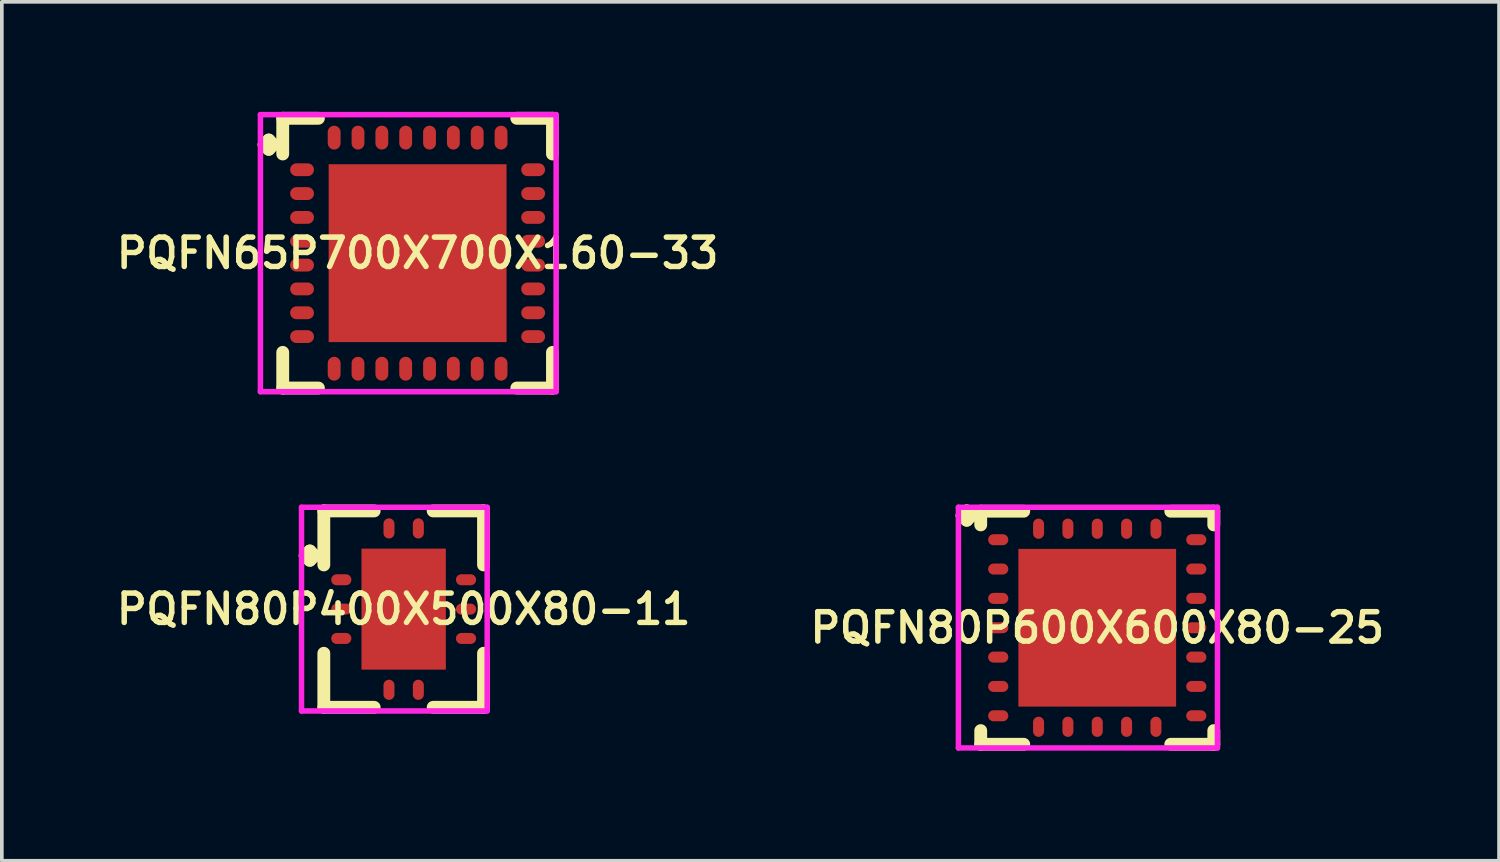
<source format=kicad_pcb>
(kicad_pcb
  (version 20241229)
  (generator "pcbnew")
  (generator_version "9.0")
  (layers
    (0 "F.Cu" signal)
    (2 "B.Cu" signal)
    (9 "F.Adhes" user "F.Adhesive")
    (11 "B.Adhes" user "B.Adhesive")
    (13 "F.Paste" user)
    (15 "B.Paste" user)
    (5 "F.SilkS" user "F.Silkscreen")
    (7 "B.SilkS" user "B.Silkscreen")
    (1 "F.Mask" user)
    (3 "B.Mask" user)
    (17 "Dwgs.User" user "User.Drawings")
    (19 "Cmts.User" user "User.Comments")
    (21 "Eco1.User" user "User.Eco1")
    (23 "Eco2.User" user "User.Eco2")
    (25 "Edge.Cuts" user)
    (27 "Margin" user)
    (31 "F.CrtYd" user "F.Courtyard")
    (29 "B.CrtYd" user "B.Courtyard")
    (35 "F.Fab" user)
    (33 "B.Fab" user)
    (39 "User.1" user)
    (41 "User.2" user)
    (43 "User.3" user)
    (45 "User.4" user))
  (footprint "PQFN65P700X700X160-33"
    (layer "F.Cu")
    (at 8.335 3.852)
    (property "Reference" "PQFN65P700X700X160-33" (at 0 0 0) (layer "F.SilkS") (effects (font (size 0.8 0.8) (thickness 0.15))))
    (attr smd)
    (fp_line (start -4.185 -2.958) (end -4.058 -3.085) (stroke (width 0.35) (type solid)) (layer "F.SilkS"))
    (fp_line (start -4.058 -3.085) (end -3.931 -2.958) (stroke (width 0.35) (type solid)) (layer "F.SilkS"))
    (fp_line (start -4.058 -2.831) (end -4.185 -2.958) (stroke (width 0.35) (type solid)) (layer "F.SilkS"))
    (fp_line (start -3.931 -2.958) (end -4.058 -2.831) (stroke (width 0.35) (type solid)) (layer "F.SilkS"))
    (fp_line (start -3.677 -3.677) (end -2.704 -3.677) (stroke (width 0.35) (type solid)) (layer "F.SilkS"))
    (fp_line (start -3.677 -2.704) (end -3.677 -3.677) (stroke (width 0.35) (type solid)) (layer "F.SilkS"))
    (fp_line (start -3.677 2.704) (end -3.677 3.677) (stroke (width 0.35) (type solid)) (layer "F.SilkS"))
    (fp_line (start -3.677 3.677) (end -2.704 3.677) (stroke (width 0.35) (type solid)) (layer "F.SilkS"))
    (fp_line (start 2.704 -3.677) (end 3.677 -3.677) (stroke (width 0.35) (type solid)) (layer "F.SilkS"))
    (fp_line (start 2.704 3.677) (end 3.677 3.677) (stroke (width 0.35) (type solid)) (layer "F.SilkS"))
    (fp_line (start 3.677 -3.677) (end 3.677 -2.704) (stroke (width 0.35) (type solid)) (layer "F.SilkS"))
    (fp_line (start 3.677 3.677) (end 3.677 2.704) (stroke (width 0.35) (type solid)) (layer "F.SilkS"))
    (fp_line (start -4.285 -3.777) (end 3.777 -3.777) (stroke (width 0.15) (type solid)) (layer "F.CrtYd"))
    (fp_line (start -4.285 3.777) (end -4.285 -3.777) (stroke (width 0.15) (type solid)) (layer "F.CrtYd"))
    (fp_line (start 3.777 -3.777) (end 3.777 3.777) (stroke (width 0.15) (type solid)) (layer "F.CrtYd"))
    (fp_line (start 3.777 3.777) (end -4.285 3.777) (stroke (width 0.15) (type solid)) (layer "F.CrtYd"))
    (pad "1" smd oval (at -3.15 -2.275) (size 0.65 0.35) (layers "F.Cu" "F.Mask" "F.Paste"))
    (pad "2" smd oval (at -3.15 -1.625) (size 0.65 0.35) (layers "F.Cu" "F.Mask" "F.Paste"))
    (pad "3" smd oval (at -3.15 -0.975) (size 0.65 0.35) (layers "F.Cu" "F.Mask" "F.Paste"))
    (pad "4" smd oval (at -3.15 -0.325) (size 0.65 0.35) (layers "F.Cu" "F.Mask" "F.Paste"))
    (pad "5" smd oval (at -3.15 0.325) (size 0.65 0.35) (layers "F.Cu" "F.Mask" "F.Paste"))
    (pad "6" smd oval (at -3.15 0.975) (size 0.65 0.35) (layers "F.Cu" "F.Mask" "F.Paste"))
    (pad "7" smd oval (at -3.15 1.625) (size 0.65 0.35) (layers "F.Cu" "F.Mask" "F.Paste"))
    (pad "8" smd oval (at -3.15 2.275) (size 0.65 0.35) (layers "F.Cu" "F.Mask" "F.Paste"))
    (pad "9" smd oval (at -2.275 3.15) (size 0.35 0.65) (layers "F.Cu" "F.Mask" "F.Paste"))
    (pad "10" smd oval (at -1.625 3.15) (size 0.35 0.65) (layers "F.Cu" "F.Mask" "F.Paste"))
    (pad "11" smd oval (at -0.975 3.15) (size 0.35 0.65) (layers "F.Cu" "F.Mask" "F.Paste"))
    (pad "12" smd oval (at -0.325 3.15) (size 0.35 0.65) (layers "F.Cu" "F.Mask" "F.Paste"))
    (pad "13" smd oval (at 0.325 3.15) (size 0.35 0.65) (layers "F.Cu" "F.Mask" "F.Paste"))
    (pad "14" smd oval (at 0.975 3.15) (size 0.35 0.65) (layers "F.Cu" "F.Mask" "F.Paste"))
    (pad "15" smd oval (at 1.625 3.15) (size 0.35 0.65) (layers "F.Cu" "F.Mask" "F.Paste"))
    (pad "16" smd oval (at 2.275 3.15) (size 0.35 0.65) (layers "F.Cu" "F.Mask" "F.Paste"))
    (pad "17" smd oval (at 3.15 2.275) (size 0.65 0.35) (layers "F.Cu" "F.Mask" "F.Paste"))
    (pad "18" smd oval (at 3.15 1.625) (size 0.65 0.35) (layers "F.Cu" "F.Mask" "F.Paste"))
    (pad "19" smd oval (at 3.15 0.975) (size 0.65 0.35) (layers "F.Cu" "F.Mask" "F.Paste"))
    (pad "20" smd oval (at 3.15 0.325) (size 0.65 0.35) (layers "F.Cu" "F.Mask" "F.Paste"))
    (pad "21" smd oval (at 3.15 -0.325) (size 0.65 0.35) (layers "F.Cu" "F.Mask" "F.Paste"))
    (pad "22" smd oval (at 3.15 -0.975) (size 0.65 0.35) (layers "F.Cu" "F.Mask" "F.Paste"))
    (pad "23" smd oval (at 3.15 -1.625) (size 0.65 0.35) (layers "F.Cu" "F.Mask" "F.Paste"))
    (pad "24" smd oval (at 3.15 -2.275) (size 0.65 0.35) (layers "F.Cu" "F.Mask" "F.Paste"))
    (pad "25" smd oval (at 2.275 -3.15) (size 0.35 0.65) (layers "F.Cu" "F.Mask" "F.Paste"))
    (pad "26" smd oval (at 1.625 -3.15) (size 0.35 0.65) (layers "F.Cu" "F.Mask" "F.Paste"))
    (pad "27" smd oval (at 0.975 -3.15) (size 0.35 0.65) (layers "F.Cu" "F.Mask" "F.Paste"))
    (pad "28" smd oval (at 0.325 -3.15) (size 0.35 0.65) (layers "F.Cu" "F.Mask" "F.Paste"))
    (pad "29" smd oval (at -0.325 -3.15) (size 0.35 0.65) (layers "F.Cu" "F.Mask" "F.Paste"))
    (pad "30" smd oval (at -0.975 -3.15) (size 0.35 0.65) (layers "F.Cu" "F.Mask" "F.Paste"))
    (pad "31" smd oval (at -1.625 -3.15) (size 0.35 0.65) (layers "F.Cu" "F.Mask" "F.Paste"))
    (pad "32" smd oval (at -2.275 -3.15) (size 0.35 0.65) (layers "F.Cu" "F.Mask" "F.Paste"))
    (pad "33" smd rect (at 0 0) (size 4.85 4.85) (layers "F.Cu" "F.Mask" "F.Paste")))
  (footprint "PQFN80P600X600X80-25"
    (layer "F.Cu")
    (at 26.864 14.064)
    (property "Reference" "PQFN80P600X600X80-25" (at 0 0 0) (layer "F.SilkS") (effects (font (size 0.8 0.8) (thickness 0.15))))
    (attr smd)
    (fp_line (start -3.685 -3.058) (end -3.558 -3.185) (stroke (width 0.35) (type solid)) (layer "F.SilkS"))
    (fp_line (start -3.558 -3.185) (end -3.431 -3.058) (stroke (width 0.35) (type solid)) (layer "F.SilkS"))
    (fp_line (start -3.558 -2.931) (end -3.685 -3.058) (stroke (width 0.35) (type solid)) (layer "F.SilkS"))
    (fp_line (start -3.431 -3.058) (end -3.558 -2.931) (stroke (width 0.35) (type solid)) (layer "F.SilkS"))
    (fp_line (start -3.177 -3.177) (end -2.004 -3.177) (stroke (width 0.35) (type solid)) (layer "F.SilkS"))
    (fp_line (start -3.177 -2.804) (end -3.177 -3.177) (stroke (width 0.35) (type solid)) (layer "F.SilkS"))
    (fp_line (start -3.177 2.804) (end -3.177 3.177) (stroke (width 0.35) (type solid)) (layer "F.SilkS"))
    (fp_line (start -3.177 3.177) (end -2.004 3.177) (stroke (width 0.35) (type solid)) (layer "F.SilkS"))
    (fp_line (start 2.004 -3.177) (end 3.177 -3.177) (stroke (width 0.35) (type solid)) (layer "F.SilkS"))
    (fp_line (start 2.004 3.177) (end 3.177 3.177) (stroke (width 0.35) (type solid)) (layer "F.SilkS"))
    (fp_line (start 3.177 -3.177) (end 3.177 -2.804) (stroke (width 0.35) (type solid)) (layer "F.SilkS"))
    (fp_line (start 3.177 3.177) (end 3.177 2.804) (stroke (width 0.35) (type solid)) (layer "F.SilkS"))
    (fp_line (start -3.785 -3.285) (end 3.277 -3.285) (stroke (width 0.15) (type solid)) (layer "F.CrtYd"))
    (fp_line (start -3.785 3.277) (end -3.785 -3.285) (stroke (width 0.15) (type solid)) (layer "F.CrtYd"))
    (fp_line (start 3.277 -3.285) (end 3.277 3.277) (stroke (width 0.15) (type solid)) (layer "F.CrtYd"))
    (fp_line (start 3.277 3.277) (end -3.785 3.277) (stroke (width 0.15) (type solid)) (layer "F.CrtYd"))
    (pad "1" smd oval (at -2.7 -2.4) (size 0.55 0.3) (layers "F.Cu" "F.Mask" "F.Paste"))
    (pad "2" smd oval (at -2.7 -1.6) (size 0.55 0.3) (layers "F.Cu" "F.Mask" "F.Paste"))
    (pad "3" smd oval (at -2.7 -0.8) (size 0.55 0.3) (layers "F.Cu" "F.Mask" "F.Paste"))
    (pad "4" smd oval (at -2.7 0) (size 0.55 0.3) (layers "F.Cu" "F.Mask" "F.Paste"))
    (pad "5" smd oval (at -2.7 0.8) (size 0.55 0.3) (layers "F.Cu" "F.Mask" "F.Paste"))
    (pad "6" smd oval (at -2.7 1.6) (size 0.55 0.3) (layers "F.Cu" "F.Mask" "F.Paste"))
    (pad "7" smd oval (at -2.7 2.4) (size 0.55 0.3) (layers "F.Cu" "F.Mask" "F.Paste"))
    (pad "8" smd oval (at -1.6 2.7) (size 0.3 0.55) (layers "F.Cu" "F.Mask" "F.Paste"))
    (pad "9" smd oval (at -0.8 2.7) (size 0.3 0.55) (layers "F.Cu" "F.Mask" "F.Paste"))
    (pad "10" smd oval (at 0 2.7) (size 0.3 0.55) (layers "F.Cu" "F.Mask" "F.Paste"))
    (pad "11" smd oval (at 0.8 2.7) (size 0.3 0.55) (layers "F.Cu" "F.Mask" "F.Paste"))
    (pad "12" smd oval (at 1.6 2.7) (size 0.3 0.55) (layers "F.Cu" "F.Mask" "F.Paste"))
    (pad "13" smd oval (at 2.7 2.4) (size 0.55 0.3) (layers "F.Cu" "F.Mask" "F.Paste"))
    (pad "14" smd oval (at 2.7 1.6) (size 0.55 0.3) (layers "F.Cu" "F.Mask" "F.Paste"))
    (pad "15" smd oval (at 2.7 0.8) (size 0.55 0.3) (layers "F.Cu" "F.Mask" "F.Paste"))
    (pad "16" smd oval (at 2.7 0) (size 0.55 0.3) (layers "F.Cu" "F.Mask" "F.Paste"))
    (pad "17" smd oval (at 2.7 -0.8) (size 0.55 0.3) (layers "F.Cu" "F.Mask" "F.Paste"))
    (pad "18" smd oval (at 2.7 -1.6) (size 0.55 0.3) (layers "F.Cu" "F.Mask" "F.Paste"))
    (pad "19" smd oval (at 2.7 -2.4) (size 0.55 0.3) (layers "F.Cu" "F.Mask" "F.Paste"))
    (pad "20" smd oval (at 1.6 -2.7) (size 0.3 0.55) (layers "F.Cu" "F.Mask" "F.Paste"))
    (pad "21" smd oval (at 0.8 -2.7) (size 0.3 0.55) (layers "F.Cu" "F.Mask" "F.Paste"))
    (pad "22" smd oval (at 0 -2.7) (size 0.3 0.55) (layers "F.Cu" "F.Mask" "F.Paste"))
    (pad "23" smd oval (at -0.8 -2.7) (size 0.3 0.55) (layers "F.Cu" "F.Mask" "F.Paste"))
    (pad "24" smd oval (at -1.6 -2.7) (size 0.3 0.55) (layers "F.Cu" "F.Mask" "F.Paste"))
    (pad "25" smd rect (at 0 0) (size 4.3 4.3) (layers "F.Cu" "F.Mask" "F.Paste")))
  (footprint "PQFN80P400X500X80-11"
    (layer "F.Cu")
    (at 7.955 13.556)
    (property "Reference" "PQFN80P400X500X80-11" (at 0 0 0) (layer "F.SilkS") (effects (font (size 0.8 0.8) (thickness 0.15))))
    (attr smd)
    (fp_line (start -2.685 -1.458) (end -2.558 -1.585) (stroke (width 0.35) (type solid)) (layer "F.SilkS"))
    (fp_line (start -2.558 -1.585) (end -2.431 -1.458) (stroke (width 0.35) (type solid)) (layer "F.SilkS"))
    (fp_line (start -2.558 -1.331) (end -2.685 -1.458) (stroke (width 0.35) (type solid)) (layer "F.SilkS"))
    (fp_line (start -2.431 -1.458) (end -2.558 -1.331) (stroke (width 0.35) (type solid)) (layer "F.SilkS"))
    (fp_line (start -2.177 -2.677) (end -0.804 -2.677) (stroke (width 0.35) (type solid)) (layer "F.SilkS"))
    (fp_line (start -2.177 -1.204) (end -2.177 -2.677) (stroke (width 0.35) (type solid)) (layer "F.SilkS"))
    (fp_line (start -2.177 1.204) (end -2.177 2.677) (stroke (width 0.35) (type solid)) (layer "F.SilkS"))
    (fp_line (start -2.177 2.677) (end -0.804 2.677) (stroke (width 0.35) (type solid)) (layer "F.SilkS"))
    (fp_line (start 0.804 -2.677) (end 2.177 -2.677) (stroke (width 0.35) (type solid)) (layer "F.SilkS"))
    (fp_line (start 0.804 2.677) (end 2.177 2.677) (stroke (width 0.35) (type solid)) (layer "F.SilkS"))
    (fp_line (start 2.177 -2.677) (end 2.177 -1.204) (stroke (width 0.35) (type solid)) (layer "F.SilkS"))
    (fp_line (start 2.177 2.677) (end 2.177 1.204) (stroke (width 0.35) (type solid)) (layer "F.SilkS"))
    (fp_line (start -2.785 -2.777) (end 2.277 -2.777) (stroke (width 0.15) (type solid)) (layer "F.CrtYd"))
    (fp_line (start -2.785 2.777) (end -2.785 -2.777) (stroke (width 0.15) (type solid)) (layer "F.CrtYd"))
    (fp_line (start 2.277 -2.777) (end 2.277 2.777) (stroke (width 0.15) (type solid)) (layer "F.CrtYd"))
    (fp_line (start 2.277 2.777) (end -2.785 2.777) (stroke (width 0.15) (type solid)) (layer "F.CrtYd"))
    (pad "1" smd oval (at -1.7 -0.8) (size 0.55 0.3) (layers "F.Cu" "F.Mask" "F.Paste"))
    (pad "2" smd oval (at -1.7 0) (size 0.55 0.3) (layers "F.Cu" "F.Mask" "F.Paste"))
    (pad "3" smd oval (at -1.7 0.8) (size 0.55 0.3) (layers "F.Cu" "F.Mask" "F.Paste"))
    (pad "4" smd oval (at -0.4 2.2) (size 0.3 0.55) (layers "F.Cu" "F.Mask" "F.Paste"))
    (pad "5" smd oval (at 0.4 2.2) (size 0.3 0.55) (layers "F.Cu" "F.Mask" "F.Paste"))
    (pad "6" smd oval (at 1.7 0.8) (size 0.55 0.3) (layers "F.Cu" "F.Mask" "F.Paste"))
    (pad "7" smd oval (at 1.7 0) (size 0.55 0.3) (layers "F.Cu" "F.Mask" "F.Paste"))
    (pad "8" smd oval (at 1.7 -0.8) (size 0.55 0.3) (layers "F.Cu" "F.Mask" "F.Paste"))
    (pad "9" smd oval (at 0.4 -2.2) (size 0.3 0.55) (layers "F.Cu" "F.Mask" "F.Paste"))
    (pad "10" smd oval (at -0.4 -2.2) (size 0.3 0.55) (layers "F.Cu" "F.Mask" "F.Paste"))
    (pad "11" smd rect (at 0 0) (size 2.3 3.3) (layers "F.Cu" "F.Mask" "F.Paste")))
  (gr_rect
    (start -3 -3)
    (end 37.818 20.416)
    (stroke (width 0.1) (type default))
    (fill no)
    (layer "Edge.Cuts")))
</source>
